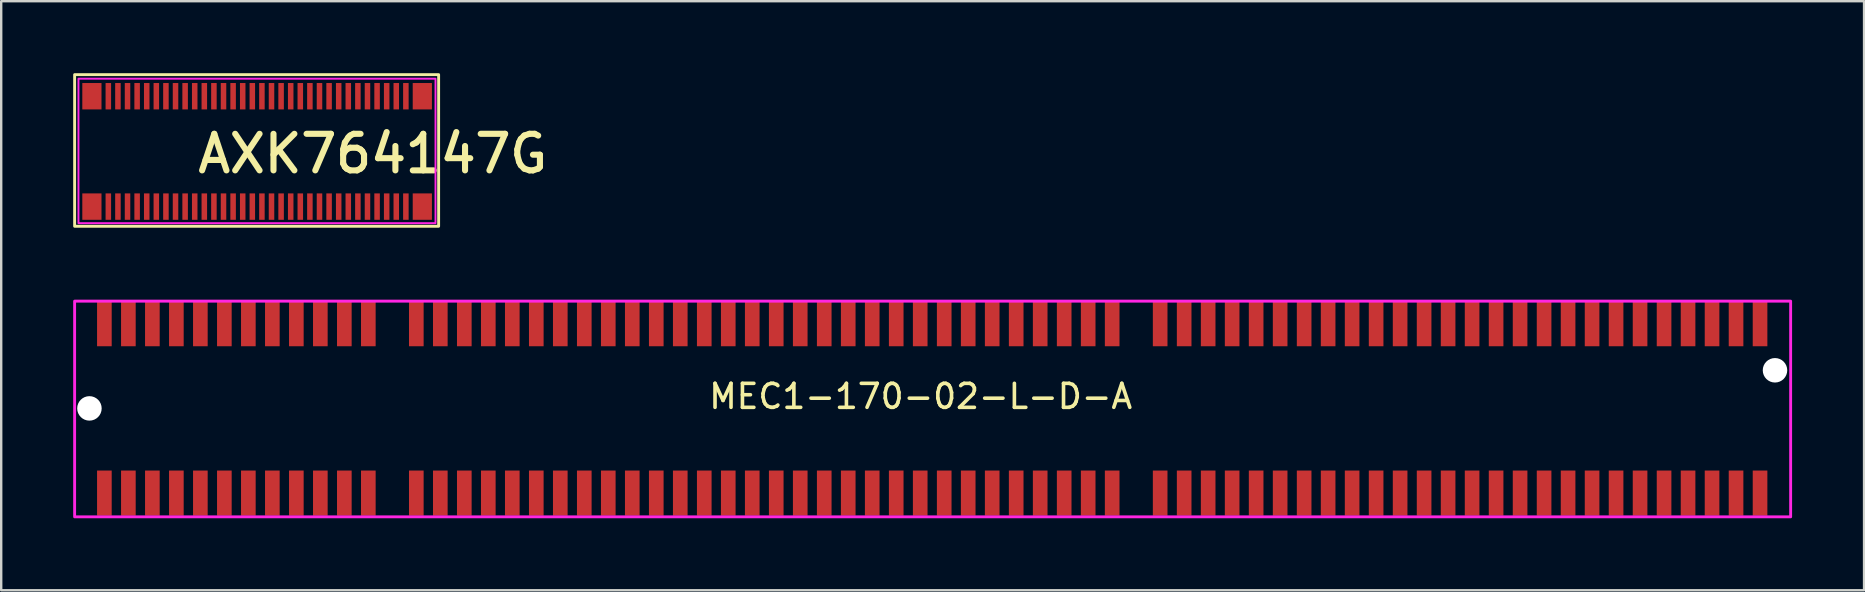
<source format=kicad_pcb>
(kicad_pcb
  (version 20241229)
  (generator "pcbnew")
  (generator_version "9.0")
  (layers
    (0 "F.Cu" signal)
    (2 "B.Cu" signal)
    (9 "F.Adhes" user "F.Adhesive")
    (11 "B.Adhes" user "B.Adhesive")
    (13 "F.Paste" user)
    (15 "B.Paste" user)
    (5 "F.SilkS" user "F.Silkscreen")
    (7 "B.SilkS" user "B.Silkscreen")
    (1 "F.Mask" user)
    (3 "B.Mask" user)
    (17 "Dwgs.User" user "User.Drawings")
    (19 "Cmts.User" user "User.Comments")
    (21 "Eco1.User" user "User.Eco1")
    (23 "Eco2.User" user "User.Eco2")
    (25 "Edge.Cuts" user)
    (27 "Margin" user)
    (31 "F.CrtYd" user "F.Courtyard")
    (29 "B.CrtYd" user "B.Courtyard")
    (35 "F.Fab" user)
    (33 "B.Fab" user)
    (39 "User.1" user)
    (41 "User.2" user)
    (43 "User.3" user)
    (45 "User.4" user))
  (footprint "AXK764147G"
    (layer "F.Cu")
    (at 7.66 3.26)
    (property "Reference" "AXK764147G" (at -2.6 0.99 0) (unlocked yes) (layer "F.SilkS") (effects (font (size 1.524 1.524) (thickness 0.254)) (justify left bottom)))
    (fp_rect (start -7.6 -3.2) (end 7.57 3.12) (stroke (width 0.12) (type default)) (fill no) (layer "F.SilkS"))
    (fp_rect (start -7.44 -3.03) (end 7.44 2.99) (stroke (width 0.08) (type default)) (fill no) (layer "F.CrtYd"))
    (pad "1" smd rect (at -6.195 2.3) (size 0.23 1.1) (layers "F.Cu" "F.Mask" "F.Paste"))
    (pad "2" smd rect (at -5.795 2.3) (size 0.23 1.1) (layers "F.Cu" "F.Mask" "F.Paste"))
    (pad "3" smd rect (at -5.395 2.3) (size 0.23 1.1) (layers "F.Cu" "F.Mask" "F.Paste"))
    (pad "4" smd rect (at -4.995 2.3) (size 0.23 1.1) (layers "F.Cu" "F.Mask" "F.Paste"))
    (pad "5" smd rect (at -4.595 2.3) (size 0.23 1.1) (layers "F.Cu" "F.Mask" "F.Paste"))
    (pad "6" smd rect (at -4.195 2.3) (size 0.23 1.1) (layers "F.Cu" "F.Mask" "F.Paste"))
    (pad "7" smd rect (at -3.795 2.3) (size 0.23 1.1) (layers "F.Cu" "F.Mask" "F.Paste"))
    (pad "8" smd rect (at -3.395 2.3) (size 0.23 1.1) (layers "F.Cu" "F.Mask" "F.Paste"))
    (pad "9" smd rect (at -2.995 2.3) (size 0.23 1.1) (layers "F.Cu" "F.Mask" "F.Paste"))
    (pad "10" smd rect (at -2.595 2.3) (size 0.23 1.1) (layers "F.Cu" "F.Mask" "F.Paste"))
    (pad "11" smd rect (at -2.195 2.3) (size 0.23 1.1) (layers "F.Cu" "F.Mask" "F.Paste"))
    (pad "12" smd rect (at -1.795 2.3) (size 0.23 1.1) (layers "F.Cu" "F.Mask" "F.Paste"))
    (pad "13" smd rect (at -1.395 2.3) (size 0.23 1.1) (layers "F.Cu" "F.Mask" "F.Paste"))
    (pad "14" smd rect (at -0.995 2.3) (size 0.23 1.1) (layers "F.Cu" "F.Mask" "F.Paste"))
    (pad "15" smd rect (at -0.595 2.3) (size 0.23 1.1) (layers "F.Cu" "F.Mask" "F.Paste"))
    (pad "16" smd rect (at -0.195 2.3) (size 0.23 1.1) (layers "F.Cu" "F.Mask" "F.Paste"))
    (pad "17" smd rect (at 0.205 2.3) (size 0.23 1.1) (layers "F.Cu" "F.Mask" "F.Paste"))
    (pad "18" smd rect (at 0.605 2.3) (size 0.23 1.1) (layers "F.Cu" "F.Mask" "F.Paste"))
    (pad "19" smd rect (at 1.005 2.3) (size 0.23 1.1) (layers "F.Cu" "F.Mask" "F.Paste"))
    (pad "20" smd rect (at 1.405 2.3) (size 0.23 1.1) (layers "F.Cu" "F.Mask" "F.Paste"))
    (pad "21" smd rect (at 1.805 2.3) (size 0.23 1.1) (layers "F.Cu" "F.Mask" "F.Paste"))
    (pad "22" smd rect (at 2.205 2.3) (size 0.23 1.1) (layers "F.Cu" "F.Mask" "F.Paste"))
    (pad "23" smd rect (at 2.605 2.3) (size 0.23 1.1) (layers "F.Cu" "F.Mask" "F.Paste"))
    (pad "24" smd rect (at 3.005 2.3) (size 0.23 1.1) (layers "F.Cu" "F.Mask" "F.Paste"))
    (pad "25" smd rect (at 3.405 2.3) (size 0.23 1.1) (layers "F.Cu" "F.Mask" "F.Paste"))
    (pad "26" smd rect (at 3.805 2.3) (size 0.23 1.1) (layers "F.Cu" "F.Mask" "F.Paste"))
    (pad "27" smd rect (at 4.205 2.3) (size 0.23 1.1) (layers "F.Cu" "F.Mask" "F.Paste"))
    (pad "28" smd rect (at 4.605 2.3) (size 0.23 1.1) (layers "F.Cu" "F.Mask" "F.Paste"))
    (pad "29" smd rect (at 5.005 2.3) (size 0.23 1.1) (layers "F.Cu" "F.Mask" "F.Paste"))
    (pad "30" smd rect (at 5.405 2.3) (size 0.23 1.1) (layers "F.Cu" "F.Mask" "F.Paste"))
    (pad "31" smd rect (at 5.805 2.3) (size 0.23 1.1) (layers "F.Cu" "F.Mask" "F.Paste"))
    (pad "32" smd rect (at 6.205 2.3) (size 0.23 1.1) (layers "F.Cu" "F.Mask" "F.Paste"))
    (pad "33" smd rect (at 6.205 -2.3) (size 0.23 1.1) (layers "F.Cu" "F.Mask" "F.Paste"))
    (pad "34" smd rect (at 5.805 -2.3) (size 0.23 1.1) (layers "F.Cu" "F.Mask" "F.Paste"))
    (pad "35" smd rect (at 5.405 -2.3) (size 0.23 1.1) (layers "F.Cu" "F.Mask" "F.Paste"))
    (pad "36" smd rect (at 5.005 -2.3) (size 0.23 1.1) (layers "F.Cu" "F.Mask" "F.Paste"))
    (pad "37" smd rect (at 4.605 -2.3) (size 0.23 1.1) (layers "F.Cu" "F.Mask" "F.Paste"))
    (pad "38" smd rect (at 4.205 -2.3) (size 0.23 1.1) (layers "F.Cu" "F.Mask" "F.Paste"))
    (pad "39" smd rect (at 3.805 -2.3) (size 0.23 1.1) (layers "F.Cu" "F.Mask" "F.Paste"))
    (pad "40" smd rect (at 3.405 -2.3) (size 0.23 1.1) (layers "F.Cu" "F.Mask" "F.Paste"))
    (pad "41" smd rect (at 3.005 -2.3) (size 0.23 1.1) (layers "F.Cu" "F.Mask" "F.Paste"))
    (pad "42" smd rect (at 2.605 -2.3) (size 0.23 1.1) (layers "F.Cu" "F.Mask" "F.Paste"))
    (pad "43" smd rect (at 2.205 -2.3) (size 0.23 1.1) (layers "F.Cu" "F.Mask" "F.Paste"))
    (pad "44" smd rect (at 1.805 -2.3) (size 0.23 1.1) (layers "F.Cu" "F.Mask" "F.Paste"))
    (pad "45" smd rect (at 1.405 -2.3) (size 0.23 1.1) (layers "F.Cu" "F.Mask" "F.Paste"))
    (pad "46" smd rect (at 1.005 -2.3) (size 0.23 1.1) (layers "F.Cu" "F.Mask" "F.Paste"))
    (pad "47" smd rect (at 0.605 -2.3) (size 0.23 1.1) (layers "F.Cu" "F.Mask" "F.Paste"))
    (pad "48" smd rect (at 0.205 -2.3) (size 0.23 1.1) (layers "F.Cu" "F.Mask" "F.Paste"))
    (pad "49" smd rect (at -0.195 -2.3) (size 0.23 1.1) (layers "F.Cu" "F.Mask" "F.Paste"))
    (pad "50" smd rect (at -0.595 -2.3) (size 0.23 1.1) (layers "F.Cu" "F.Mask" "F.Paste"))
    (pad "51" smd rect (at -0.995 -2.3) (size 0.23 1.1) (layers "F.Cu" "F.Mask" "F.Paste"))
    (pad "52" smd rect (at -1.395 -2.3) (size 0.23 1.1) (layers "F.Cu" "F.Mask" "F.Paste"))
    (pad "53" smd rect (at -1.795 -2.3) (size 0.23 1.1) (layers "F.Cu" "F.Mask" "F.Paste"))
    (pad "54" smd rect (at -2.195 -2.3) (size 0.23 1.1) (layers "F.Cu" "F.Mask" "F.Paste"))
    (pad "55" smd rect (at -2.595 -2.3) (size 0.23 1.1) (layers "F.Cu" "F.Mask" "F.Paste"))
    (pad "56" smd rect (at -2.995 -2.3) (size 0.23 1.1) (layers "F.Cu" "F.Mask" "F.Paste"))
    (pad "57" smd rect (at -3.395 -2.3) (size 0.23 1.1) (layers "F.Cu" "F.Mask" "F.Paste"))
    (pad "58" smd rect (at -3.795 -2.3) (size 0.23 1.1) (layers "F.Cu" "F.Mask" "F.Paste"))
    (pad "59" smd rect (at -4.195 -2.3) (size 0.23 1.1) (layers "F.Cu" "F.Mask" "F.Paste"))
    (pad "60" smd rect (at -4.595 -2.3) (size 0.23 1.1) (layers "F.Cu" "F.Mask" "F.Paste"))
    (pad "61" smd rect (at -4.995 -2.3) (size 0.23 1.1) (layers "F.Cu" "F.Mask" "F.Paste"))
    (pad "62" smd rect (at -5.395 -2.3) (size 0.23 1.1) (layers "F.Cu" "F.Mask" "F.Paste"))
    (pad "63" smd rect (at -5.795 -2.3) (size 0.23 1.1) (layers "F.Cu" "F.Mask" "F.Paste"))
    (pad "64" smd rect (at -6.195 -2.3) (size 0.23 1.1) (layers "F.Cu" "F.Mask" "F.Paste"))
    (pad "GND" smd rect (at -6.88 -2.3) (size 0.8 1.1) (layers "F.Cu" "F.Mask" "F.Paste"))
    (pad "GND" smd rect (at -6.88 2.3) (size 0.8 1.1) (layers "F.Cu" "F.Mask" "F.Paste"))
    (pad "GND" smd rect (at 6.89 -2.3) (size 0.8 1.1) (layers "F.Cu" "F.Mask" "F.Paste"))
    (pad "GND" smd rect (at 6.89 2.3) (size 0.8 1.1) (layers "F.Cu" "F.Mask" "F.Paste")))
  (footprint "MEC1-170-02-L-D-A"
    (layer "F.Cu")
    (at 35.3 13.97)
    (property "Reference" "MEC1-170-02-L-D-A" (at 0.02 -0.5 0) (unlocked yes) (layer "F.SilkS") (effects (font (size 1 1) (thickness 0.15))))
    (attr smd)
    (fp_rect (start -35.24 -4.47) (end 36.275 4.52) (stroke (width 0.12) (type default)) (fill no) (layer "F.CrtYd"))
    (pad "" np_thru_hole circle (at -34.623 0) (size 1.02 1.02) (drill 1.02) (layers "*.Cu" "*.Mask"))
    (pad "" np_thru_hole circle (at 35.623 -1.588) (size 1.02 1.02) (drill 1.02) (layers "*.Cu" "*.Mask"))
    (pad "1" smd rect (at -34 -3.53) (size 0.61 1.88) (layers "F.Cu" "F.Mask" "F.Paste"))
    (pad "2" smd rect (at -33 -3.53) (size 0.61 1.88) (layers "F.Cu" "F.Mask" "F.Paste"))
    (pad "3" smd rect (at -32 -3.53) (size 0.61 1.88) (layers "F.Cu" "F.Mask" "F.Paste"))
    (pad "4" smd rect (at -31 -3.53) (size 0.61 1.88) (layers "F.Cu" "F.Mask" "F.Paste"))
    (pad "5" smd rect (at -30 -3.53) (size 0.61 1.88) (layers "F.Cu" "F.Mask" "F.Paste"))
    (pad "6" smd rect (at -29 -3.53) (size 0.61 1.88) (layers "F.Cu" "F.Mask" "F.Paste"))
    (pad "7" smd rect (at -28 -3.53) (size 0.61 1.88) (layers "F.Cu" "F.Mask" "F.Paste"))
    (pad "8" smd rect (at -27 -3.53) (size 0.61 1.88) (layers "F.Cu" "F.Mask" "F.Paste"))
    (pad "9" smd rect (at -26 -3.53) (size 0.61 1.88) (layers "F.Cu" "F.Mask" "F.Paste"))
    (pad "10" smd rect (at -25 -3.53) (size 0.61 1.88) (layers "F.Cu" "F.Mask" "F.Paste"))
    (pad "11" smd rect (at -24 -3.53) (size 0.61 1.88) (layers "F.Cu" "F.Mask" "F.Paste"))
    (pad "12" smd rect (at -23 -3.53) (size 0.61 1.88) (layers "F.Cu" "F.Mask" "F.Paste"))
    (pad "13" smd rect (at -21 -3.53) (size 0.61 1.88) (layers "F.Cu" "F.Mask" "F.Paste"))
    (pad "14" smd rect (at -20 -3.53) (size 0.61 1.88) (layers "F.Cu" "F.Mask" "F.Paste"))
    (pad "15" smd rect (at -19 -3.53) (size 0.61 1.88) (layers "F.Cu" "F.Mask" "F.Paste"))
    (pad "16" smd rect (at -18 -3.53) (size 0.61 1.88) (layers "F.Cu" "F.Mask" "F.Paste"))
    (pad "17" smd rect (at -17 -3.53) (size 0.61 1.88) (layers "F.Cu" "F.Mask" "F.Paste"))
    (pad "18" smd rect (at -16 -3.53) (size 0.61 1.88) (layers "F.Cu" "F.Mask" "F.Paste"))
    (pad "19" smd rect (at -15 -3.53) (size 0.61 1.88) (layers "F.Cu" "F.Mask" "F.Paste"))
    (pad "20" smd rect (at -14 -3.53) (size 0.61 1.88) (layers "F.Cu" "F.Mask" "F.Paste"))
    (pad "21" smd rect (at -13 -3.53) (size 0.61 1.88) (layers "F.Cu" "F.Mask" "F.Paste"))
    (pad "22" smd rect (at -12 -3.53) (size 0.61 1.88) (layers "F.Cu" "F.Mask" "F.Paste"))
    (pad "23" smd rect (at -11 -3.53) (size 0.61 1.88) (layers "F.Cu" "F.Mask" "F.Paste"))
    (pad "24" smd rect (at -10 -3.53) (size 0.61 1.88) (layers "F.Cu" "F.Mask" "F.Paste"))
    (pad "25" smd rect (at -9 -3.53) (size 0.61 1.88) (layers "F.Cu" "F.Mask" "F.Paste"))
    (pad "26" smd rect (at -8 -3.53) (size 0.61 1.88) (layers "F.Cu" "F.Mask" "F.Paste"))
    (pad "27" smd rect (at -7 -3.53) (size 0.61 1.88) (layers "F.Cu" "F.Mask" "F.Paste"))
    (pad "28" smd rect (at -6 -3.53) (size 0.61 1.88) (layers "F.Cu" "F.Mask" "F.Paste"))
    (pad "29" smd rect (at -5 -3.53) (size 0.61 1.88) (layers "F.Cu" "F.Mask" "F.Paste"))
    (pad "30" smd rect (at -4 -3.53) (size 0.61 1.88) (layers "F.Cu" "F.Mask" "F.Paste"))
    (pad "31" smd rect (at -3 -3.53) (size 0.61 1.88) (layers "F.Cu" "F.Mask" "F.Paste"))
    (pad "32" smd rect (at -2 -3.53) (size 0.61 1.88) (layers "F.Cu" "F.Mask" "F.Paste"))
    (pad "33" smd rect (at -1 -3.53) (size 0.61 1.88) (layers "F.Cu" "F.Mask" "F.Paste"))
    (pad "34" smd rect (at 0 -3.53) (size 0.61 1.88) (layers "F.Cu" "F.Mask" "F.Paste"))
    (pad "35" smd rect (at 1 -3.53) (size 0.61 1.88) (layers "F.Cu" "F.Mask" "F.Paste"))
    (pad "36" smd rect (at 2 -3.53) (size 0.61 1.88) (layers "F.Cu" "F.Mask" "F.Paste"))
    (pad "37" smd rect (at 3 -3.53) (size 0.61 1.88) (layers "F.Cu" "F.Mask" "F.Paste"))
    (pad "38" smd rect (at 4 -3.53) (size 0.61 1.88) (layers "F.Cu" "F.Mask" "F.Paste"))
    (pad "39" smd rect (at 5 -3.53) (size 0.61 1.88) (layers "F.Cu" "F.Mask" "F.Paste"))
    (pad "40" smd rect (at 6 -3.53) (size 0.61 1.88) (layers "F.Cu" "F.Mask" "F.Paste"))
    (pad "41" smd rect (at 7 -3.53) (size 0.61 1.88) (layers "F.Cu" "F.Mask" "F.Paste"))
    (pad "42" smd rect (at 8 -3.53) (size 0.61 1.88) (layers "F.Cu" "F.Mask" "F.Paste"))
    (pad "43" smd rect (at 10 -3.53) (size 0.61 1.88) (layers "F.Cu" "F.Mask" "F.Paste"))
    (pad "44" smd rect (at 11 -3.53) (size 0.61 1.88) (layers "F.Cu" "F.Mask" "F.Paste"))
    (pad "45" smd rect (at 12 -3.53) (size 0.61 1.88) (layers "F.Cu" "F.Mask" "F.Paste"))
    (pad "46" smd rect (at 13 -3.53) (size 0.61 1.88) (layers "F.Cu" "F.Mask" "F.Paste"))
    (pad "47" smd rect (at 14 -3.53) (size 0.61 1.88) (layers "F.Cu" "F.Mask" "F.Paste"))
    (pad "48" smd rect (at 15 -3.53) (size 0.61 1.88) (layers "F.Cu" "F.Mask" "F.Paste"))
    (pad "49" smd rect (at 16 -3.53) (size 0.61 1.88) (layers "F.Cu" "F.Mask" "F.Paste"))
    (pad "50" smd rect (at 17 -3.53) (size 0.61 1.88) (layers "F.Cu" "F.Mask" "F.Paste"))
    (pad "51" smd rect (at 18 -3.53) (size 0.61 1.88) (layers "F.Cu" "F.Mask" "F.Paste"))
    (pad "52" smd rect (at 19 -3.53) (size 0.61 1.88) (layers "F.Cu" "F.Mask" "F.Paste"))
    (pad "53" smd rect (at 20 -3.53) (size 0.61 1.88) (layers "F.Cu" "F.Mask" "F.Paste"))
    (pad "54" smd rect (at 21 -3.53) (size 0.61 1.88) (layers "F.Cu" "F.Mask" "F.Paste"))
    (pad "55" smd rect (at 22 -3.53) (size 0.61 1.88) (layers "F.Cu" "F.Mask" "F.Paste"))
    (pad "56" smd rect (at 23 -3.53) (size 0.61 1.88) (layers "F.Cu" "F.Mask" "F.Paste"))
    (pad "57" smd rect (at 24 -3.53) (size 0.61 1.88) (layers "F.Cu" "F.Mask" "F.Paste"))
    (pad "58" smd rect (at 25 -3.53) (size 0.61 1.88) (layers "F.Cu" "F.Mask" "F.Paste"))
    (pad "59" smd rect (at 26 -3.53) (size 0.61 1.88) (layers "F.Cu" "F.Mask" "F.Paste"))
    (pad "60" smd rect (at 27 -3.53) (size 0.61 1.88) (layers "F.Cu" "F.Mask" "F.Paste"))
    (pad "61" smd rect (at 28 -3.53) (size 0.61 1.88) (layers "F.Cu" "F.Mask" "F.Paste"))
    (pad "62" smd rect (at 29 -3.53) (size 0.61 1.88) (layers "F.Cu" "F.Mask" "F.Paste"))
    (pad "63" smd rect (at 30 -3.53) (size 0.61 1.88) (layers "F.Cu" "F.Mask" "F.Paste"))
    (pad "64" smd rect (at 31 -3.53) (size 0.61 1.88) (layers "F.Cu" "F.Mask" "F.Paste"))
    (pad "65" smd rect (at 32 -3.53) (size 0.61 1.88) (layers "F.Cu" "F.Mask" "F.Paste"))
    (pad "66" smd rect (at 33 -3.53) (size 0.61 1.88) (layers "F.Cu" "F.Mask" "F.Paste"))
    (pad "67" smd rect (at 34 -3.53) (size 0.61 1.88) (layers "F.Cu" "F.Mask" "F.Paste"))
    (pad "68" smd rect (at 35 -3.53) (size 0.61 1.88) (layers "F.Cu" "F.Mask" "F.Paste"))
    (pad "69" smd rect (at 35 3.53) (size 0.61 1.88) (layers "F.Cu" "F.Mask" "F.Paste"))
    (pad "70" smd rect (at 34 3.53) (size 0.61 1.88) (layers "F.Cu" "F.Mask" "F.Paste"))
    (pad "71" smd rect (at 33 3.53) (size 0.61 1.88) (layers "F.Cu" "F.Mask" "F.Paste"))
    (pad "72" smd rect (at 32 3.53) (size 0.61 1.88) (layers "F.Cu" "F.Mask" "F.Paste"))
    (pad "73" smd rect (at 31 3.53) (size 0.61 1.88) (layers "F.Cu" "F.Mask" "F.Paste"))
    (pad "74" smd rect (at 30 3.53) (size 0.61 1.88) (layers "F.Cu" "F.Mask" "F.Paste"))
    (pad "75" smd rect (at 29 3.53) (size 0.61 1.88) (layers "F.Cu" "F.Mask" "F.Paste"))
    (pad "76" smd rect (at 28 3.53) (size 0.61 1.88) (layers "F.Cu" "F.Mask" "F.Paste"))
    (pad "77" smd rect (at 27 3.53) (size 0.61 1.88) (layers "F.Cu" "F.Mask" "F.Paste"))
    (pad "78" smd rect (at 26 3.53) (size 0.61 1.88) (layers "F.Cu" "F.Mask" "F.Paste"))
    (pad "79" smd rect (at 25 3.53) (size 0.61 1.88) (layers "F.Cu" "F.Mask" "F.Paste"))
    (pad "80" smd rect (at 24 3.53) (size 0.61 1.88) (layers "F.Cu" "F.Mask" "F.Paste"))
    (pad "81" smd rect (at 23 3.53) (size 0.61 1.88) (layers "F.Cu" "F.Mask" "F.Paste"))
    (pad "82" smd rect (at 22 3.53) (size 0.61 1.88) (layers "F.Cu" "F.Mask" "F.Paste"))
    (pad "83" smd rect (at 21 3.53) (size 0.61 1.88) (layers "F.Cu" "F.Mask" "F.Paste"))
    (pad "84" smd rect (at 20 3.53) (size 0.61 1.88) (layers "F.Cu" "F.Mask" "F.Paste"))
    (pad "85" smd rect (at 19 3.53) (size 0.61 1.88) (layers "F.Cu" "F.Mask" "F.Paste"))
    (pad "86" smd rect (at 18 3.53) (size 0.61 1.88) (layers "F.Cu" "F.Mask" "F.Paste"))
    (pad "87" smd rect (at 17 3.53) (size 0.61 1.88) (layers "F.Cu" "F.Mask" "F.Paste"))
    (pad "88" smd rect (at 16 3.53) (size 0.61 1.88) (layers "F.Cu" "F.Mask" "F.Paste"))
    (pad "89" smd rect (at 15 3.53) (size 0.61 1.88) (layers "F.Cu" "F.Mask" "F.Paste"))
    (pad "90" smd rect (at 14 3.53) (size 0.61 1.88) (layers "F.Cu" "F.Mask" "F.Paste"))
    (pad "91" smd rect (at 13 3.53) (size 0.61 1.88) (layers "F.Cu" "F.Mask" "F.Paste"))
    (pad "92" smd rect (at 12 3.53) (size 0.61 1.88) (layers "F.Cu" "F.Mask" "F.Paste"))
    (pad "93" smd rect (at 11 3.53) (size 0.61 1.88) (layers "F.Cu" "F.Mask" "F.Paste"))
    (pad "94" smd rect (at 10 3.53) (size 0.61 1.88) (layers "F.Cu" "F.Mask" "F.Paste"))
    (pad "95" smd rect (at 8 3.53) (size 0.61 1.88) (layers "F.Cu" "F.Mask" "F.Paste"))
    (pad "96" smd rect (at 7 3.53) (size 0.61 1.88) (layers "F.Cu" "F.Mask" "F.Paste"))
    (pad "97" smd rect (at 6 3.53) (size 0.61 1.88) (layers "F.Cu" "F.Mask" "F.Paste"))
    (pad "98" smd rect (at 5 3.53) (size 0.61 1.88) (layers "F.Cu" "F.Mask" "F.Paste"))
    (pad "99" smd rect (at 4 3.53) (size 0.61 1.88) (layers "F.Cu" "F.Mask" "F.Paste"))
    (pad "100" smd rect (at 3 3.53) (size 0.61 1.88) (layers "F.Cu" "F.Mask" "F.Paste"))
    (pad "101" smd rect (at 2 3.53) (size 0.61 1.88) (layers "F.Cu" "F.Mask" "F.Paste"))
    (pad "102" smd rect (at 1 3.53) (size 0.61 1.88) (layers "F.Cu" "F.Mask" "F.Paste"))
    (pad "103" smd rect (at 0 3.53) (size 0.61 1.88) (layers "F.Cu" "F.Mask" "F.Paste"))
    (pad "104" smd rect (at -1 3.53) (size 0.61 1.88) (layers "F.Cu" "F.Mask" "F.Paste"))
    (pad "105" smd rect (at -2 3.53) (size 0.61 1.88) (layers "F.Cu" "F.Mask" "F.Paste"))
    (pad "106" smd rect (at -3 3.53) (size 0.61 1.88) (layers "F.Cu" "F.Mask" "F.Paste"))
    (pad "107" smd rect (at -4 3.53) (size 0.61 1.88) (layers "F.Cu" "F.Mask" "F.Paste"))
    (pad "108" smd rect (at -5 3.53) (size 0.61 1.88) (layers "F.Cu" "F.Mask" "F.Paste"))
    (pad "109" smd rect (at -6 3.53) (size 0.61 1.88) (layers "F.Cu" "F.Mask" "F.Paste"))
    (pad "110" smd rect (at -7 3.53) (size 0.61 1.88) (layers "F.Cu" "F.Mask" "F.Paste"))
    (pad "111" smd rect (at -8 3.53) (size 0.61 1.88) (layers "F.Cu" "F.Mask" "F.Paste"))
    (pad "112" smd rect (at -9 3.53) (size 0.61 1.88) (layers "F.Cu" "F.Mask" "F.Paste"))
    (pad "113" smd rect (at -10 3.53) (size 0.61 1.88) (layers "F.Cu" "F.Mask" "F.Paste"))
    (pad "114" smd rect (at -11 3.53) (size 0.61 1.88) (layers "F.Cu" "F.Mask" "F.Paste"))
    (pad "115" smd rect (at -12 3.53) (size 0.61 1.88) (layers "F.Cu" "F.Mask" "F.Paste"))
    (pad "116" smd rect (at -13 3.53) (size 0.61 1.88) (layers "F.Cu" "F.Mask" "F.Paste"))
    (pad "117" smd rect (at -14 3.53) (size 0.61 1.88) (layers "F.Cu" "F.Mask" "F.Paste"))
    (pad "118" smd rect (at -15 3.53) (size 0.61 1.88) (layers "F.Cu" "F.Mask" "F.Paste"))
    (pad "119" smd rect (at -16 3.53) (size 0.61 1.88) (layers "F.Cu" "F.Mask" "F.Paste"))
    (pad "120" smd rect (at -17 3.53) (size 0.61 1.88) (layers "F.Cu" "F.Mask" "F.Paste"))
    (pad "121" smd rect (at -18 3.53) (size 0.61 1.88) (layers "F.Cu" "F.Mask" "F.Paste"))
    (pad "122" smd rect (at -19 3.53) (size 0.61 1.88) (layers "F.Cu" "F.Mask" "F.Paste"))
    (pad "123" smd rect (at -20 3.53) (size 0.61 1.88) (layers "F.Cu" "F.Mask" "F.Paste"))
    (pad "124" smd rect (at -21 3.53) (size 0.61 1.88) (layers "F.Cu" "F.Mask" "F.Paste"))
    (pad "125" smd rect (at -23 3.53) (size 0.61 1.88) (layers "F.Cu" "F.Mask" "F.Paste"))
    (pad "126" smd rect (at -24 3.53) (size 0.61 1.88) (layers "F.Cu" "F.Mask" "F.Paste"))
    (pad "127" smd rect (at -25 3.53) (size 0.61 1.88) (layers "F.Cu" "F.Mask" "F.Paste"))
    (pad "128" smd rect (at -26 3.53) (size 0.61 1.88) (layers "F.Cu" "F.Mask" "F.Paste"))
    (pad "129" smd rect (at -27 3.53) (size 0.61 1.88) (layers "F.Cu" "F.Mask" "F.Paste"))
    (pad "130" smd rect (at -28 3.53) (size 0.61 1.88) (layers "F.Cu" "F.Mask" "F.Paste"))
    (pad "131" smd rect (at -29 3.53) (size 0.61 1.88) (layers "F.Cu" "F.Mask" "F.Paste"))
    (pad "132" smd rect (at -30 3.53) (size 0.61 1.88) (layers "F.Cu" "F.Mask" "F.Paste"))
    (pad "133" smd rect (at -31 3.53) (size 0.61 1.88) (layers "F.Cu" "F.Mask" "F.Paste"))
    (pad "134" smd rect (at -32 3.53) (size 0.61 1.88) (layers "F.Cu" "F.Mask" "F.Paste"))
    (pad "135" smd rect (at -33 3.53) (size 0.61 1.88) (layers "F.Cu" "F.Mask" "F.Paste"))
    (pad "136" smd rect (at -34 3.53) (size 0.61 1.88) (layers "F.Cu" "F.Mask" "F.Paste")))
  (gr_rect
    (start -3 -3)
    (end 74.635 21.55)
    (stroke (width 0.1) (type default))
    (fill no)
    (layer "Edge.Cuts")))
</source>
